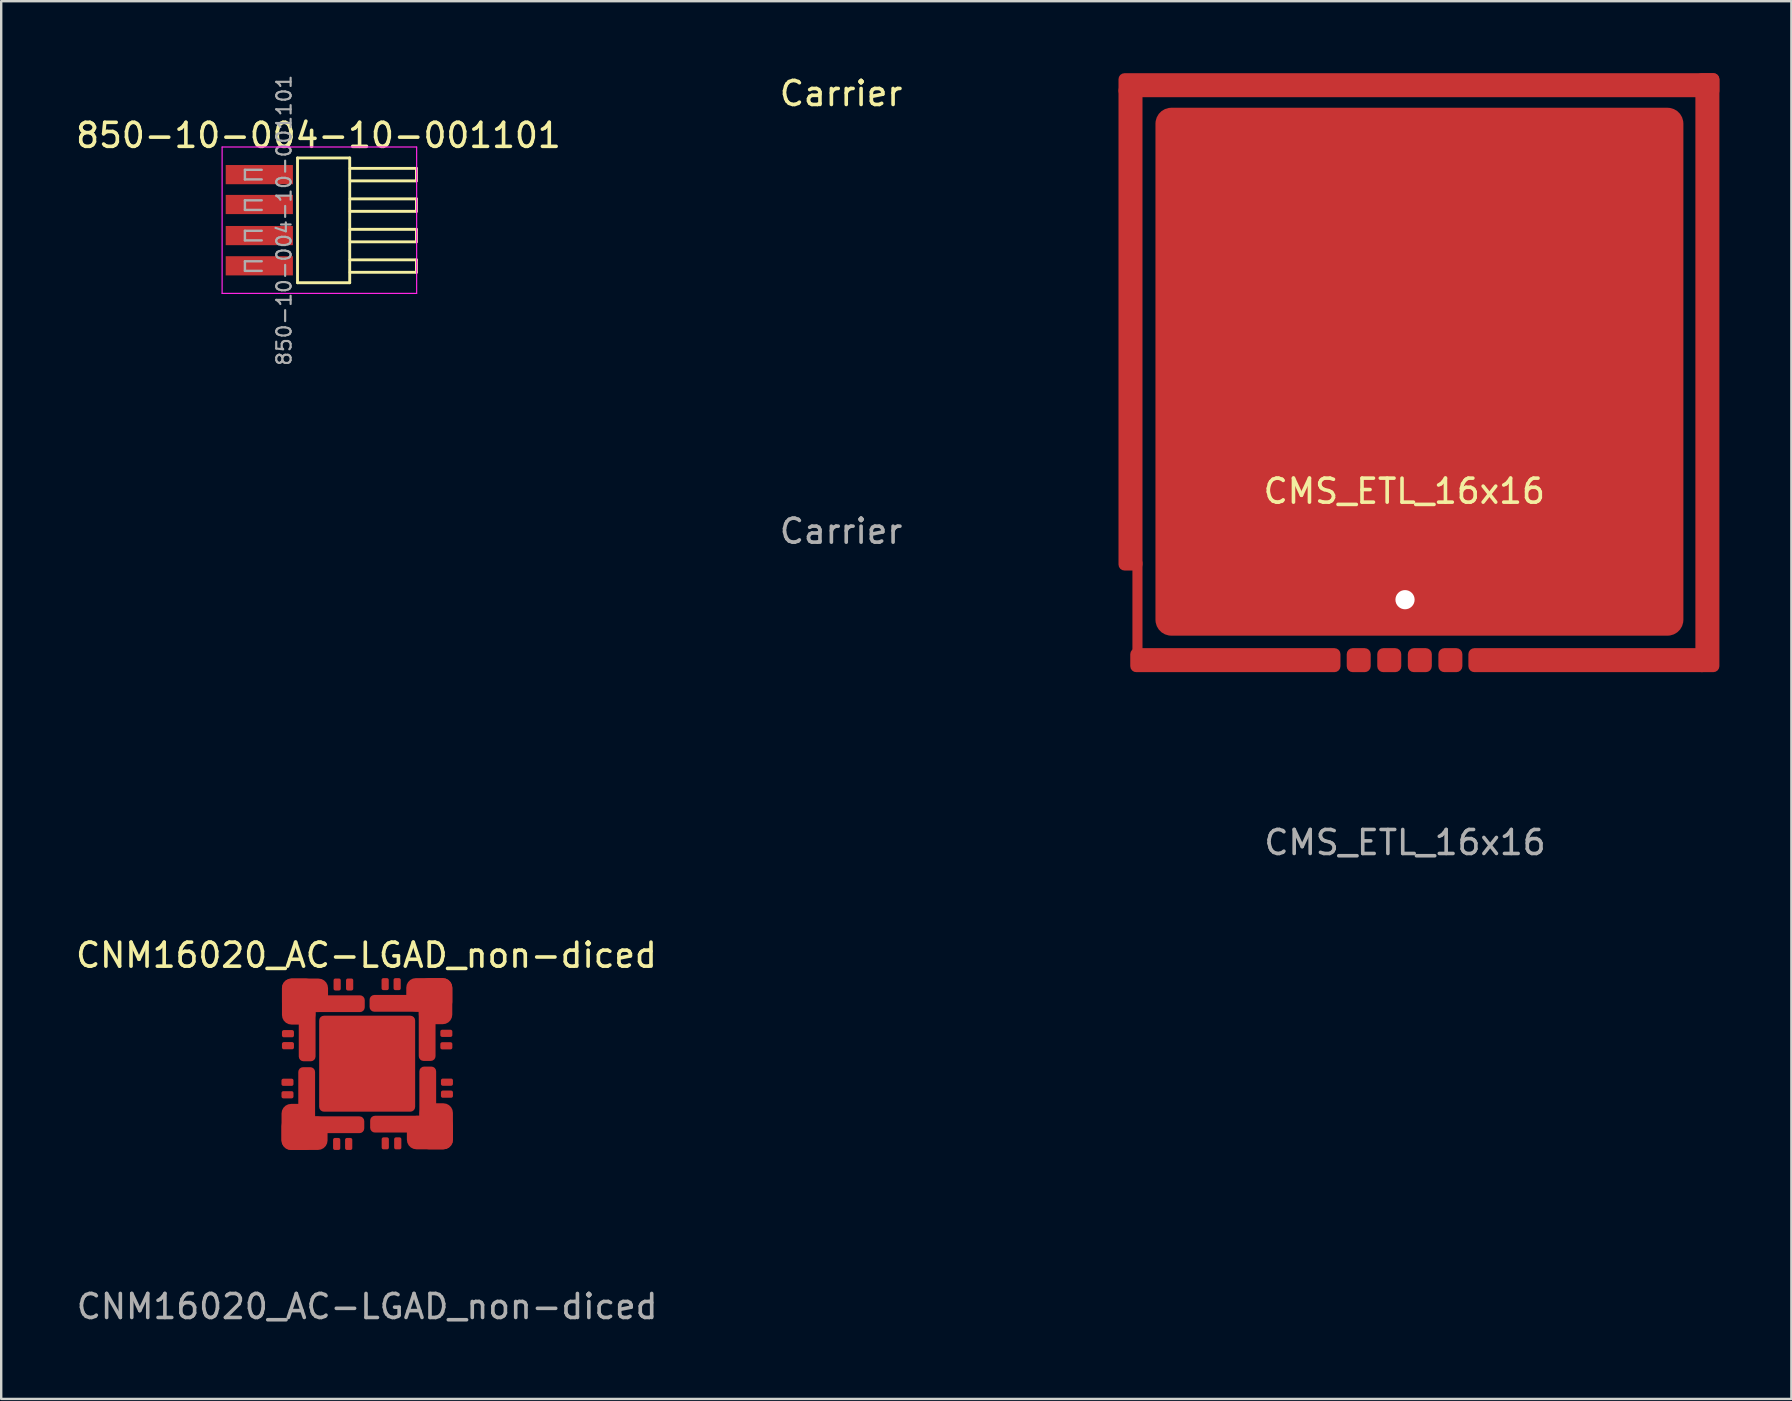
<source format=kicad_pcb>
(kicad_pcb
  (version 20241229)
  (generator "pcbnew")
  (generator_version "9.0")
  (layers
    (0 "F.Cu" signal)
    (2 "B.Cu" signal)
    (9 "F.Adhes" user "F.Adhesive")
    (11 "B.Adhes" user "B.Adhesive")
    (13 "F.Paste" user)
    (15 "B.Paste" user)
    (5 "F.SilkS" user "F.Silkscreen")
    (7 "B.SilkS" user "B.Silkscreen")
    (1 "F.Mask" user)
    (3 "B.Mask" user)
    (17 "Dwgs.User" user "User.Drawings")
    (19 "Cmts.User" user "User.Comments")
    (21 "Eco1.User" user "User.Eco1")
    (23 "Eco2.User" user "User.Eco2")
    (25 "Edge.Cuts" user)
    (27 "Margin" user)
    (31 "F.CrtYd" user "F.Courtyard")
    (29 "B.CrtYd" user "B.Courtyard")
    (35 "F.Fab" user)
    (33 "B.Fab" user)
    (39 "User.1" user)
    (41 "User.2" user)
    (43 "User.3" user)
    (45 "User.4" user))
  (footprint "Carrier"
    (layer "F.Cu")
    (at 32 11.788)
    (property "Reference" "Carrier" (at 0 -10.94 0) (unlocked yes) (layer "F.SilkS") (effects (font (size 1 1) (thickness 0.15))))
    (attr smd)
    (fp_rect (start -8.5 -9) (end 8.5 4.5) (stroke (width 0.12) (type solid)) (fill no) (layer "User.1"))
    (fp_circle (center 0 0) (end 1 0) (stroke (width 0.12) (type solid)) (fill no) (layer "User.1"))
    (fp_text user "${REFERENCE}" (at 0 7.3 0) (unlocked yes) (layer "F.Fab") (effects (font (size 1 1) (thickness 0.15)))))
  (footprint "CNM16020_AC-LGAD_non-diced"
    (layer "F.Cu")
    (at 12.25 41.276)
    (property "Reference" "CNM16020_AC-LGAD_non-diced" (at -0.03 -4.52 0) (unlocked yes) (layer "F.SilkS") (effects (font (size 1 1) (thickness 0.15))))
    (attr smd)
    (fp_text user "${REFERENCE}" (at 0 10.12 0) (unlocked yes) (layer "F.Fab") (effects (font (size 1 1) (thickness 0.15))))
    (pad "1" smd roundrect (at 0 0) (size 4 4) (layers "F.Cu" "F.Mask") (roundrect_rratio 0.05))
    (pad "2" smd roundrect (at -2.853 -2.59 90) (size 1.92 1.395) (layers "F.Cu" "F.Mask") (roundrect_rratio 0.286))
    (pad "2" smd roundrect (at -2.59 -2.85 180) (size 1.92 1.395) (layers "F.Cu" "F.Mask") (roundrect_rratio 0.286))
    (pad "2" smd roundrect (at -2.5 -1.475) (size 0.7 2.75) (layers "F.Cu" "F.Mask") (roundrect_rratio 0.286))
    (pad "2" smd roundrect (at -1.475 -2.5 90) (size 0.7 2.75) (layers "F.Cu" "F.Mask") (roundrect_rratio 0.286))
    (pad "3" smd roundrect (at -0.73 -3.3) (size 0.3 0.5) (layers "F.Cu" "F.Mask") (roundrect_rratio 0.25))
    (pad "4" smd roundrect (at -1.25 -3.3) (size 0.3 0.5) (layers "F.Cu" "F.Mask") (roundrect_rratio 0.25))
    (pad "5" smd roundrect (at -3.3 -1.25) (size 0.5 0.3) (layers "F.Cu" "F.Mask") (roundrect_rratio 0.25))
    (pad "6" smd roundrect (at -3.3 -0.75) (size 0.5 0.3) (layers "F.Cu" "F.Mask") (roundrect_rratio 0.25))
    (pad "8" smd roundrect (at -2.87 2.635 270) (size 1.92 1.395) (layers "F.Cu" "F.Mask") (roundrect_rratio 0.286))
    (pad "8" smd roundrect (at -2.61 2.897 180) (size 1.92 1.395) (layers "F.Cu" "F.Mask") (roundrect_rratio 0.286))
    (pad "8" smd roundrect (at -2.52 1.52 180) (size 0.7 2.75) (layers "F.Cu" "F.Mask") (roundrect_rratio 0.286))
    (pad "8" smd roundrect (at -1.495 2.545 90) (size 0.7 2.75) (layers "F.Cu" "F.Mask") (roundrect_rratio 0.286))
    (pad "9" smd roundrect (at -3.32 0.775 90) (size 0.3 0.5) (layers "F.Cu" "F.Mask") (roundrect_rratio 0.25))
    (pad "10" smd roundrect (at -3.32 1.295 90) (size 0.3 0.5) (layers "F.Cu" "F.Mask") (roundrect_rratio 0.25))
    (pad "11" smd roundrect (at -1.27 3.345 90) (size 0.5 0.3) (layers "F.Cu" "F.Mask") (roundrect_rratio 0.25))
    (pad "12" smd roundrect (at -0.77 3.345 90) (size 0.5 0.3) (layers "F.Cu" "F.Mask") (roundrect_rratio 0.25))
    (pad "14" smd roundrect (at 1.5 2.52 270) (size 0.7 2.75) (layers "F.Cu" "F.Mask") (roundrect_rratio 0.286))
    (pad "14" smd roundrect (at 2.525 1.495 180) (size 0.7 2.75) (layers "F.Cu" "F.Mask") (roundrect_rratio 0.286))
    (pad "14" smd roundrect (at 2.615 2.87) (size 1.92 1.395) (layers "F.Cu" "F.Mask") (roundrect_rratio 0.286))
    (pad "14" smd roundrect (at 2.877 2.61 270) (size 1.92 1.395) (layers "F.Cu" "F.Mask") (roundrect_rratio 0.286))
    (pad "15" smd roundrect (at 0.755 3.32 180) (size 0.3 0.5) (layers "F.Cu" "F.Mask") (roundrect_rratio 0.25))
    (pad "16" smd roundrect (at 1.275 3.32 180) (size 0.3 0.5) (layers "F.Cu" "F.Mask") (roundrect_rratio 0.25))
    (pad "17" smd roundrect (at 3.325 1.27 180) (size 0.5 0.3) (layers "F.Cu" "F.Mask") (roundrect_rratio 0.25))
    (pad "18" smd roundrect (at 3.325 0.77 180) (size 0.5 0.3) (layers "F.Cu" "F.Mask") (roundrect_rratio 0.25))
    (pad "20" smd roundrect (at 1.475 -2.515 270) (size 0.7 2.75) (layers "F.Cu" "F.Mask") (roundrect_rratio 0.286))
    (pad "20" smd roundrect (at 2.5 -1.49) (size 0.7 2.75) (layers "F.Cu" "F.Mask") (roundrect_rratio 0.286))
    (pad "20" smd roundrect (at 2.59 -2.868) (size 1.92 1.395) (layers "F.Cu" "F.Mask") (roundrect_rratio 0.286))
    (pad "20" smd roundrect (at 2.85 -2.605 90) (size 1.92 1.395) (layers "F.Cu" "F.Mask") (roundrect_rratio 0.286))
    (pad "21" smd roundrect (at 3.3 -0.745 270) (size 0.3 0.5) (layers "F.Cu" "F.Mask") (roundrect_rratio 0.25))
    (pad "22" smd roundrect (at 3.3 -1.265 270) (size 0.3 0.5) (layers "F.Cu" "F.Mask") (roundrect_rratio 0.25))
    (pad "23" smd roundrect (at 1.25 -3.315 270) (size 0.5 0.3) (layers "F.Cu" "F.Mask") (roundrect_rratio 0.25))
    (pad "24" smd roundrect (at 0.75 -3.315 270) (size 0.5 0.3) (layers "F.Cu" "F.Mask") (roundrect_rratio 0.25)))
  (footprint "CMS_ETL_16x16"
    (layer "F.Cu")
    (at 55.5 21.94)
    (property "Reference" "CMS_ETL_16x16" (at -0.03 -4.52 0) (unlocked yes) (layer "F.SilkS") (effects (font (size 1 1) (thickness 0.15))))
    (attr smd)
    (fp_text user "${REFERENCE}" (at 0 10.12 0) (unlocked yes) (layer "F.Fab") (effects (font (size 1 1) (thickness 0.15))))
    (pad "" np_thru_hole circle (at 0 0 90) (size 0.8 0.8) (drill 0.8) (layers "*.Cu"))
    (pad "1" smd roundrect (at 0.6 -9.5) (size 22 22) (layers "F.Cu" "F.Mask") (roundrect_rratio 0.03))
    (pad "2" smd roundrect (at -11.44 -11.35 90) (size 20.27 1) (layers "F.Cu" "F.Mask") (roundrect_rratio 0.25))
    (pad "2" smd roundrect (at -11.15 0.665 90) (size 4.64 0.42) (layers "F.Cu" "F.Mask") (roundrect_rratio 0.25))
    (pad "2" smd roundrect (at -7.07 2.52) (size 8.76 1) (layers "F.Cu" "F.Mask") (roundrect_rratio 0.25))
    (pad "2" smd roundrect (at 0.58 -21.44) (size 25.04 1) (layers "F.Cu" "F.Mask") (roundrect_rratio 0.25))
    (pad "2" smd roundrect (at 7.64 2.52) (size 10 1) (layers "F.Cu" "F.Mask") (roundrect_rratio 0.25))
    (pad "2" smd roundrect (at 12.6 -9.46 90) (size 24.96 1) (layers "F.Cu" "F.Mask") (roundrect_rratio 0.25))
    (pad "3" smd roundrect (at 1.89 2.52) (size 1 1) (layers "F.Cu" "F.Mask") (roundrect_rratio 0.25))
    (pad "4" smd roundrect (at 0.617 2.52) (size 1 1) (layers "F.Cu" "F.Mask") (roundrect_rratio 0.25))
    (pad "5" smd roundrect (at -0.657 2.52) (size 1 1) (layers "F.Cu" "F.Mask") (roundrect_rratio 0.25))
    (pad "6" smd roundrect (at -1.93 2.52) (size 1 1) (layers "F.Cu" "F.Mask") (roundrect_rratio 0.25)))
  (footprint "850-10-004-10-001101"
    (layer "F.Cu")
    (at 7.356 4.227)
    (property "Reference" "850-10-004-10-001101" (at 2.864 -1.635 0) (layer "F.SilkS") (effects (font (size 1 1) (thickness 0.15))))
    (attr smd)
    (fp_line (start 1.992 -0.695) (end 1.992 4.505) (stroke (width 0.12) (type solid)) (layer "F.SilkS"))
    (fp_line (start 4.167 -0.695) (end 1.992 -0.695) (stroke (width 0.12) (type solid)) (layer "F.SilkS"))
    (fp_line (start 4.167 -0.695) (end 4.167 4.505) (stroke (width 0.12) (type solid)) (layer "F.SilkS"))
    (fp_line (start 4.167 4.505) (end 1.992 4.505) (stroke (width 0.12) (type solid)) (layer "F.SilkS"))
    (fp_line (start 4.182 -0.26) (end 6.948 -0.26) (stroke (width 0.12) (type solid)) (layer "F.SilkS"))
    (fp_line (start 4.182 1.01) (end 6.948 1.01) (stroke (width 0.12) (type solid)) (layer "F.SilkS"))
    (fp_line (start 4.182 2.28) (end 6.948 2.28) (stroke (width 0.12) (type solid)) (layer "F.SilkS"))
    (fp_line (start 4.182 3.55) (end 6.948 3.55) (stroke (width 0.12) (type solid)) (layer "F.SilkS"))
    (fp_line (start 6.948 -0.26) (end 6.948 0.26) (stroke (width 0.12) (type solid)) (layer "F.SilkS"))
    (fp_line (start 6.948 0.26) (end 4.182 0.26) (stroke (width 0.12) (type solid)) (layer "F.SilkS"))
    (fp_line (start 6.948 1.01) (end 6.948 1.53) (stroke (width 0.12) (type solid)) (layer "F.SilkS"))
    (fp_line (start 6.948 1.53) (end 4.182 1.53) (stroke (width 0.12) (type solid)) (layer "F.SilkS"))
    (fp_line (start 6.948 2.28) (end 6.948 2.8) (stroke (width 0.12) (type solid)) (layer "F.SilkS"))
    (fp_line (start 6.948 2.8) (end 4.182 2.8) (stroke (width 0.12) (type solid)) (layer "F.SilkS"))
    (fp_line (start 6.948 3.55) (end 6.948 4.07) (stroke (width 0.12) (type solid)) (layer "F.SilkS"))
    (fp_line (start 6.948 4.07) (end 4.182 4.07) (stroke (width 0.12) (type solid)) (layer "F.SilkS"))
    (fp_line (start -1.15 -1.15) (end -1.15 4.95) (stroke (width 0.05) (type solid)) (layer "F.CrtYd"))
    (fp_line (start -1.15 4.95) (end 6.956 4.95) (stroke (width 0.05) (type solid)) (layer "F.CrtYd"))
    (fp_line (start 6.956 -1.15) (end -1.15 -1.15) (stroke (width 0.05) (type solid)) (layer "F.CrtYd"))
    (fp_line (start 6.956 4.95) (end 6.956 -1.15) (stroke (width 0.05) (type solid)) (layer "F.CrtYd"))
    (fp_line (start -0.2 -0.2) (end -0.2 0.2) (stroke (width 0.1) (type solid)) (layer "F.Fab"))
    (fp_line (start -0.2 -0.2) (end 0.5 -0.2) (stroke (width 0.1) (type solid)) (layer "F.Fab"))
    (fp_line (start -0.2 0.2) (end 0.5 0.2) (stroke (width 0.1) (type solid)) (layer "F.Fab"))
    (fp_line (start -0.2 1.07) (end -0.2 1.47) (stroke (width 0.1) (type solid)) (layer "F.Fab"))
    (fp_line (start -0.2 1.07) (end 0.5 1.07) (stroke (width 0.1) (type solid)) (layer "F.Fab"))
    (fp_line (start -0.2 1.47) (end 0.5 1.47) (stroke (width 0.1) (type solid)) (layer "F.Fab"))
    (fp_line (start -0.2 2.34) (end -0.2 2.74) (stroke (width 0.1) (type solid)) (layer "F.Fab"))
    (fp_line (start -0.2 2.34) (end 0.5 2.34) (stroke (width 0.1) (type solid)) (layer "F.Fab"))
    (fp_line (start -0.2 2.74) (end 0.5 2.74) (stroke (width 0.1) (type solid)) (layer "F.Fab"))
    (fp_line (start -0.2 3.61) (end -0.2 4.01) (stroke (width 0.1) (type solid)) (layer "F.Fab"))
    (fp_line (start -0.2 3.61) (end 0.5 3.61) (stroke (width 0.1) (type solid)) (layer "F.Fab"))
    (fp_line (start -0.2 4.01) (end 0.5 4.01) (stroke (width 0.1) (type solid)) (layer "F.Fab"))
    (fp_text user "${REFERENCE}" (at 1.432 1.905 90) (layer "F.Fab") (effects (font (size 0.6 0.6) (thickness 0.09))))
    (pad "1" smd rect (at 0.4 0) (size 2.8 0.8) (layers "F.Cu" "F.Mask" "F.Paste"))
    (pad "2" smd rect (at 0.4 1.245) (size 2.8 0.8) (layers "F.Cu" "F.Mask" "F.Paste"))
    (pad "3" smd rect (at 0.4 2.54) (size 2.8 0.8) (layers "F.Cu" "F.Mask" "F.Paste"))
    (pad "4" smd rect (at 0.4 3.8) (size 2.8 0.8) (layers "F.Cu" "F.Mask" "F.Paste")))
  (gr_rect
    (start -3 -3)
    (end 71.6 55.245)
    (stroke (width 0.1) (type default))
    (fill no)
    (layer "Edge.Cuts")))
</source>
